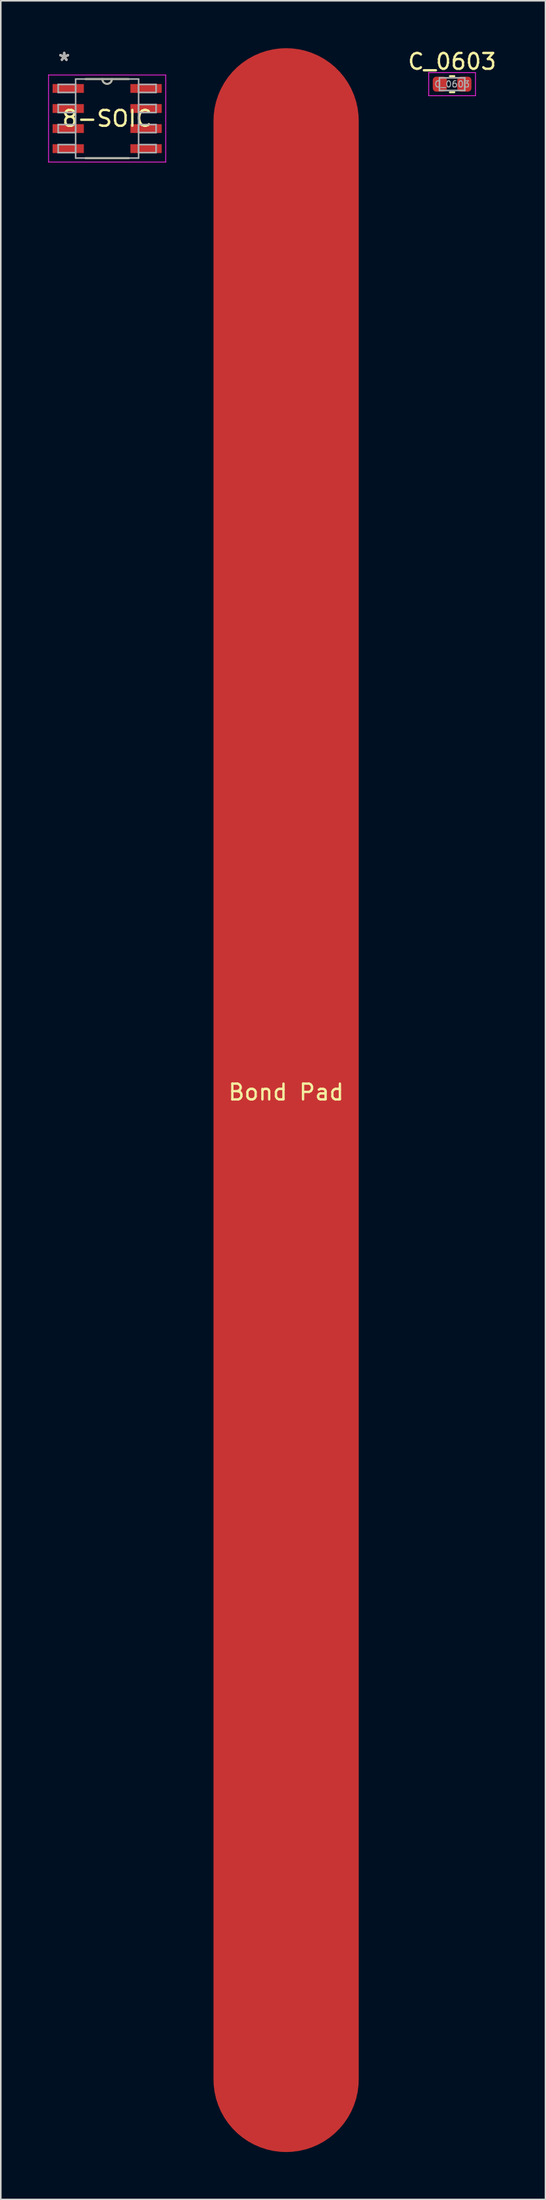
<source format=kicad_pcb>
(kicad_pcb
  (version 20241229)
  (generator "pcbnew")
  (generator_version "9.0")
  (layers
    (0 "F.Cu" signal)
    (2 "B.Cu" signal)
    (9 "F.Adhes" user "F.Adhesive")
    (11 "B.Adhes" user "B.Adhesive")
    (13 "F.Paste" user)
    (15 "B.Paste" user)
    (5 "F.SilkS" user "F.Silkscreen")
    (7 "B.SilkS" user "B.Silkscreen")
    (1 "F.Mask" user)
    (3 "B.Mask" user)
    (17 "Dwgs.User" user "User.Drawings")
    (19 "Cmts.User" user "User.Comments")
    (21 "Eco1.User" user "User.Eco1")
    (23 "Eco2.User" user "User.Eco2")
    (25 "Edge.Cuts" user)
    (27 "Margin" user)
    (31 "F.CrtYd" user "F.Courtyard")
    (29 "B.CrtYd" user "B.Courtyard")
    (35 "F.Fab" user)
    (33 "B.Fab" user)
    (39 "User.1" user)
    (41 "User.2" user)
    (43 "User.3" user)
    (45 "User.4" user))
  (footprint "C_0603"
    (layer "F.Cu")
    (at 25.574 2.278)
    (property "Reference" "C_0603" (at 0 -1.43 0) (layer "F.SilkS") (effects (font (size 1 1) (thickness 0.15))))
    (attr smd)
    (fp_line (start -0.141 -0.51) (end 0.141 -0.51) (stroke (width 0.12) (type solid)) (layer "F.SilkS"))
    (fp_line (start -0.141 0.51) (end 0.141 0.51) (stroke (width 0.12) (type solid)) (layer "F.SilkS"))
    (fp_line (start -1.48 -0.73) (end 1.48 -0.73) (stroke (width 0.05) (type solid)) (layer "F.CrtYd"))
    (fp_line (start -1.48 0.73) (end -1.48 -0.73) (stroke (width 0.05) (type solid)) (layer "F.CrtYd"))
    (fp_line (start 1.48 -0.73) (end 1.48 0.73) (stroke (width 0.05) (type solid)) (layer "F.CrtYd"))
    (fp_line (start 1.48 0.73) (end -1.48 0.73) (stroke (width 0.05) (type solid)) (layer "F.CrtYd"))
    (fp_line (start -0.8 -0.4) (end 0.8 -0.4) (stroke (width 0.1) (type solid)) (layer "F.Fab"))
    (fp_line (start -0.8 0.4) (end -0.8 -0.4) (stroke (width 0.1) (type solid)) (layer "F.Fab"))
    (fp_line (start 0.8 -0.4) (end 0.8 0.4) (stroke (width 0.1) (type solid)) (layer "F.Fab"))
    (fp_line (start 0.8 0.4) (end -0.8 0.4) (stroke (width 0.1) (type solid)) (layer "F.Fab"))
    (fp_text user "${REFERENCE}" (at 0 0 0) (layer "F.Fab") (effects (font (size 0.4 0.4) (thickness 0.06))))
    (pad "1" smd roundrect (at -0.775 0) (size 0.9 0.95) (layers "F.Cu" "F.Mask" "F.Paste") (roundrect_rratio 0.25))
    (pad "2" smd roundrect (at 0.775 0) (size 0.9 0.95) (layers "F.Cu" "F.Mask" "F.Paste") (roundrect_rratio 0.25)))
  (footprint "8-SOIC"
    (layer "F.Cu")
    (at 3.733 4.455)
    (property "Reference" "8-SOIC" (at 0 0 0) (layer "F.SilkS") (effects (font (size 1 1) (thickness 0.15))))
    (attr through_hole)
    (fp_line (start -1.374 2.502) (end 1.374 2.502) (stroke (width 0.12) (type solid)) (layer "F.SilkS"))
    (fp_line (start 1.374 -2.502) (end -1.374 -2.502) (stroke (width 0.12) (type solid)) (layer "F.SilkS"))
    (fp_arc (start 0.3048 -2.5019) (mid 0 -2.1971) (end -0.3048 -2.5019) (stroke (width 0.12) (type solid)) (layer "F.SilkS"))
    (fp_line (start -3.708 -2.756) (end 3.708 -2.756) (stroke (width 0.05) (type solid)) (layer "F.CrtYd"))
    (fp_line (start -3.708 2.756) (end -3.708 -2.756) (stroke (width 0.05) (type solid)) (layer "F.CrtYd"))
    (fp_line (start 3.708 -2.756) (end 3.708 2.756) (stroke (width 0.05) (type solid)) (layer "F.CrtYd"))
    (fp_line (start 3.708 2.756) (end -3.708 2.756) (stroke (width 0.05) (type solid)) (layer "F.CrtYd"))
    (fp_line (start -3.099 -2.159) (end -3.099 -1.651) (stroke (width 0.1) (type solid)) (layer "F.Fab"))
    (fp_line (start -3.099 -1.651) (end -1.994 -1.651) (stroke (width 0.1) (type solid)) (layer "F.Fab"))
    (fp_line (start -3.099 -0.889) (end -3.099 -0.381) (stroke (width 0.1) (type solid)) (layer "F.Fab"))
    (fp_line (start -3.099 -0.381) (end -1.994 -0.381) (stroke (width 0.1) (type solid)) (layer "F.Fab"))
    (fp_line (start -3.099 0.381) (end -3.099 0.889) (stroke (width 0.1) (type solid)) (layer "F.Fab"))
    (fp_line (start -3.099 0.889) (end -1.994 0.889) (stroke (width 0.1) (type solid)) (layer "F.Fab"))
    (fp_line (start -3.099 1.651) (end -3.099 2.159) (stroke (width 0.1) (type solid)) (layer "F.Fab"))
    (fp_line (start -3.099 2.159) (end -1.994 2.159) (stroke (width 0.1) (type solid)) (layer "F.Fab"))
    (fp_line (start -1.994 -2.502) (end -1.994 2.502) (stroke (width 0.1) (type solid)) (layer "F.Fab"))
    (fp_line (start -1.994 -2.159) (end -3.099 -2.159) (stroke (width 0.1) (type solid)) (layer "F.Fab"))
    (fp_line (start -1.994 -1.651) (end -1.994 -2.159) (stroke (width 0.1) (type solid)) (layer "F.Fab"))
    (fp_line (start -1.994 -0.889) (end -3.099 -0.889) (stroke (width 0.1) (type solid)) (layer "F.Fab"))
    (fp_line (start -1.994 -0.381) (end -1.994 -0.889) (stroke (width 0.1) (type solid)) (layer "F.Fab"))
    (fp_line (start -1.994 0.381) (end -3.099 0.381) (stroke (width 0.1) (type solid)) (layer "F.Fab"))
    (fp_line (start -1.994 0.889) (end -1.994 0.381) (stroke (width 0.1) (type solid)) (layer "F.Fab"))
    (fp_line (start -1.994 1.651) (end -3.099 1.651) (stroke (width 0.1) (type solid)) (layer "F.Fab"))
    (fp_line (start -1.994 2.159) (end -1.994 1.651) (stroke (width 0.1) (type solid)) (layer "F.Fab"))
    (fp_line (start -1.994 2.502) (end 1.994 2.502) (stroke (width 0.1) (type solid)) (layer "F.Fab"))
    (fp_line (start 1.994 -2.502) (end -1.994 -2.502) (stroke (width 0.1) (type solid)) (layer "F.Fab"))
    (fp_line (start 1.994 -2.159) (end 1.994 -1.651) (stroke (width 0.1) (type solid)) (layer "F.Fab"))
    (fp_line (start 1.994 -1.651) (end 3.099 -1.651) (stroke (width 0.1) (type solid)) (layer "F.Fab"))
    (fp_line (start 1.994 -0.889) (end 1.994 -0.381) (stroke (width 0.1) (type solid)) (layer "F.Fab"))
    (fp_line (start 1.994 -0.381) (end 3.099 -0.381) (stroke (width 0.1) (type solid)) (layer "F.Fab"))
    (fp_line (start 1.994 0.381) (end 1.994 0.889) (stroke (width 0.1) (type solid)) (layer "F.Fab"))
    (fp_line (start 1.994 0.889) (end 3.099 0.889) (stroke (width 0.1) (type solid)) (layer "F.Fab"))
    (fp_line (start 1.994 1.651) (end 1.994 2.159) (stroke (width 0.1) (type solid)) (layer "F.Fab"))
    (fp_line (start 1.994 2.159) (end 3.099 2.159) (stroke (width 0.1) (type solid)) (layer "F.Fab"))
    (fp_line (start 1.994 2.502) (end 1.994 -2.502) (stroke (width 0.1) (type solid)) (layer "F.Fab"))
    (fp_line (start 3.099 -2.159) (end 1.994 -2.159) (stroke (width 0.1) (type solid)) (layer "F.Fab"))
    (fp_line (start 3.099 -1.651) (end 3.099 -2.159) (stroke (width 0.1) (type solid)) (layer "F.Fab"))
    (fp_line (start 3.099 -0.889) (end 1.994 -0.889) (stroke (width 0.1) (type solid)) (layer "F.Fab"))
    (fp_line (start 3.099 -0.381) (end 3.099 -0.889) (stroke (width 0.1) (type solid)) (layer "F.Fab"))
    (fp_line (start 3.099 0.381) (end 1.994 0.381) (stroke (width 0.1) (type solid)) (layer "F.Fab"))
    (fp_line (start 3.099 0.889) (end 3.099 0.381) (stroke (width 0.1) (type solid)) (layer "F.Fab"))
    (fp_line (start 3.099 1.651) (end 1.994 1.651) (stroke (width 0.1) (type solid)) (layer "F.Fab"))
    (fp_line (start 3.099 2.159) (end 3.099 1.651) (stroke (width 0.1) (type solid)) (layer "F.Fab"))
    (fp_arc (start 0.3048 -2.5019) (mid 0 -2.1971) (end -0.3048 -2.5019) (stroke (width 0.1) (type solid)) (layer "F.Fab"))
    (fp_text user "*" (at -2.718 -3.607 0) (layer "F.SilkS") (effects (font (size 1 1) (thickness 0.15))))
    (fp_text user "*" (at -2.718 -3.607 0) (layer "F.Fab") (effects (font (size 1 1) (thickness 0.15))))
    (fp_text user "*" (at -2.718 -3.607 0) (layer "F.Fab") (effects (font (size 1 1) (thickness 0.15))))
    (pad "1" smd rect (at -2.464 -1.905) (size 1.981 0.559) (layers "F.Cu" "F.Mask" "F.Paste"))
    (pad "2" smd rect (at -2.464 -0.635) (size 1.981 0.559) (layers "F.Cu" "F.Mask" "F.Paste"))
    (pad "3" smd rect (at -2.464 0.635) (size 1.981 0.559) (layers "F.Cu" "F.Mask" "F.Paste"))
    (pad "4" smd rect (at -2.464 1.905) (size 1.981 0.559) (layers "F.Cu" "F.Mask" "F.Paste"))
    (pad "5" smd rect (at 2.464 1.905) (size 1.981 0.559) (layers "F.Cu" "F.Mask" "F.Paste"))
    (pad "6" smd rect (at 2.464 0.635) (size 1.981 0.559) (layers "F.Cu" "F.Mask" "F.Paste"))
    (pad "7" smd rect (at 2.464 -0.635) (size 1.981 0.559) (layers "F.Cu" "F.Mask" "F.Paste"))
    (pad "8" smd rect (at 2.464 -1.905) (size 1.981 0.559) (layers "F.Cu" "F.Mask" "F.Paste")))
  (footprint "Bond Pad"
    (layer "F.Cu")
    (at 15.065 66.596)
    (property "Reference" "Bond Pad" (at 0 -0.5 0) (unlocked yes) (layer "F.SilkS") (effects (font (size 1 1) (thickness 0.15))))
    (attr smd)
    (pad "1" smd roundrect (at 0 0) (size 9.196 133.192) (layers "F.Cu" "F.Mask") (roundrect_rratio 0.5) (chamfer_ratio 0.2) (chamfer)))
  (gr_rect
    (start -3 -3)
    (end 31.484 136.192)
    (stroke (width 0.1) (type default))
    (fill no)
    (layer "Edge.Cuts")))
</source>
